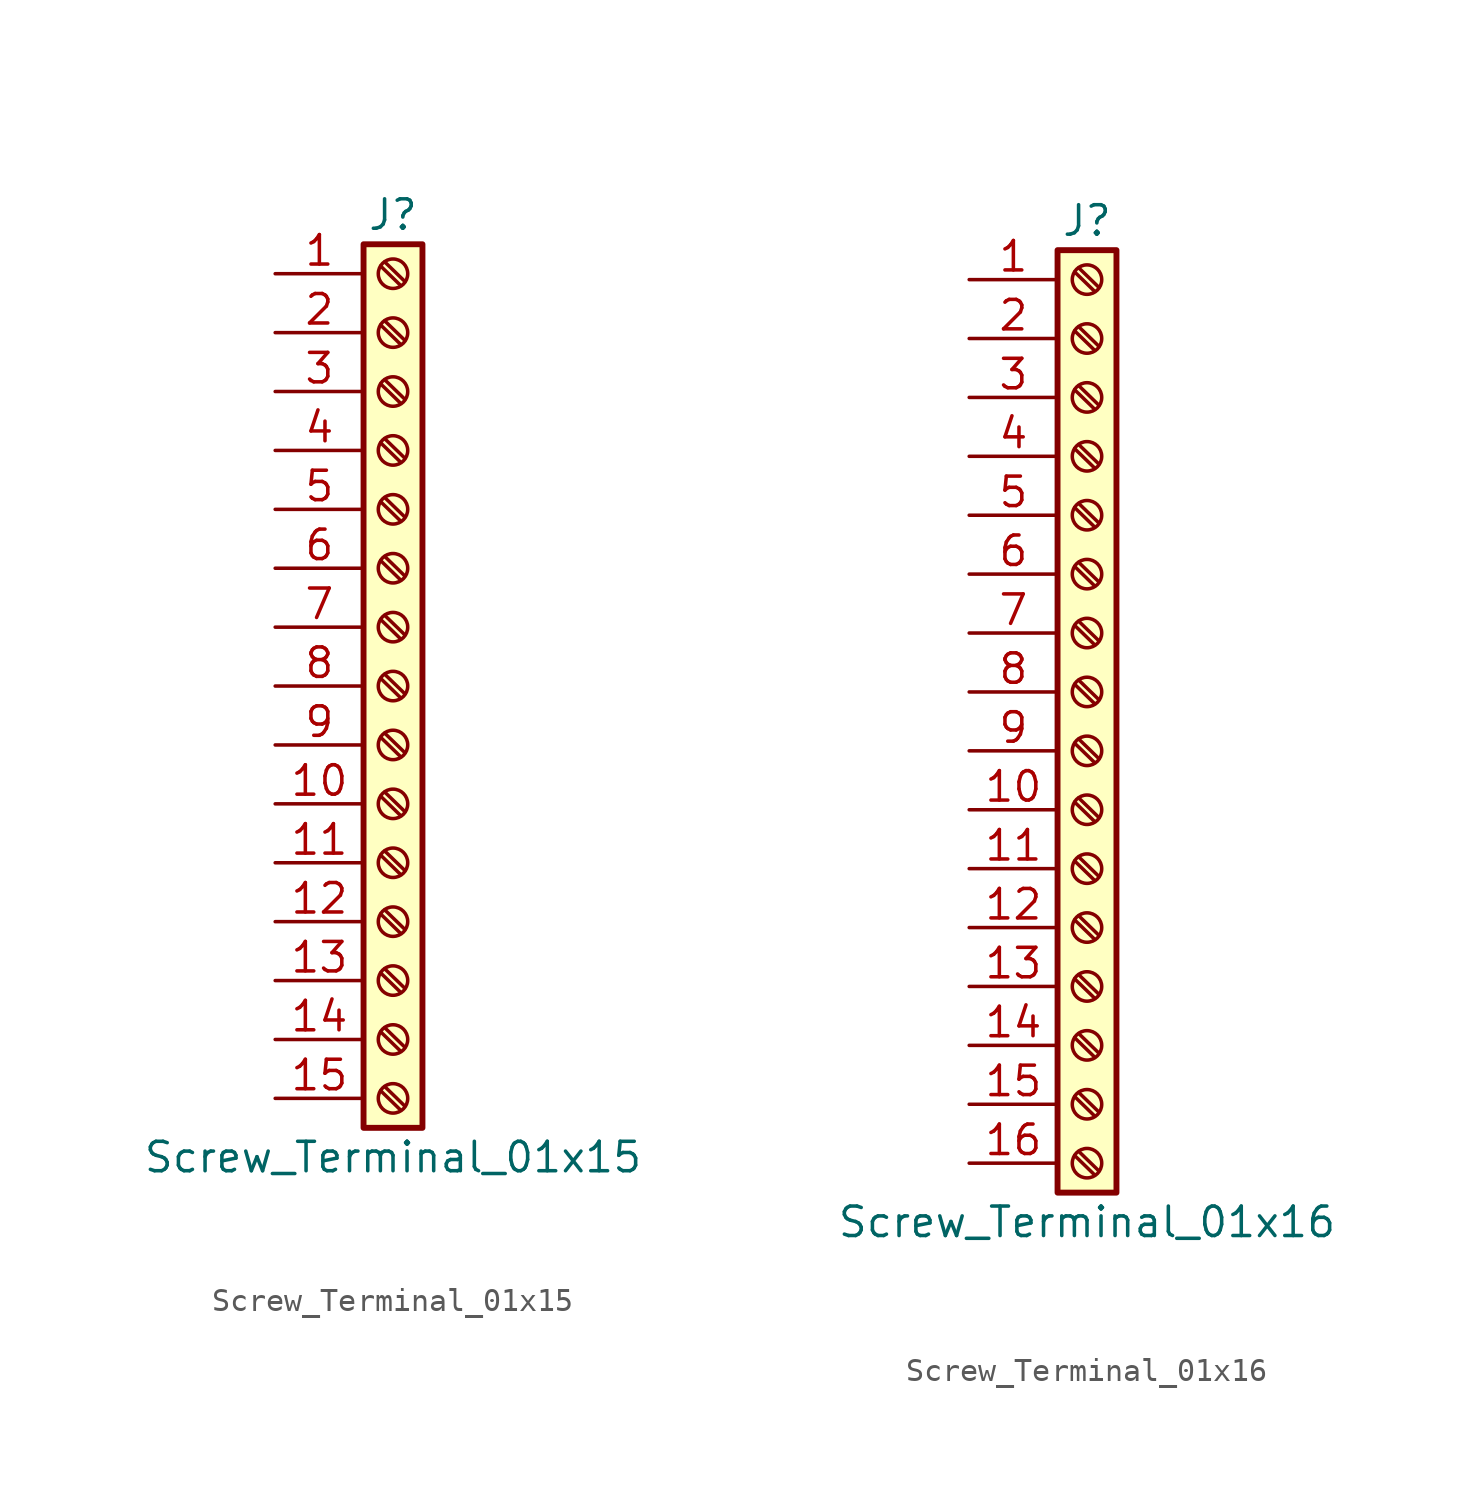
<source format=kicad_sym>
(kicad_symbol_lib
  (version 20201005)
  (generator kicad_symbol_editor)
  (symbol "Connector:Screw_Terminal_01x15"
    (pin_names
      (offset 1.016) hide)
    (property "Reference" "J"
      (at 0 20.32 0)
      (effects (font (size 1.27 1.27))))
    (property "Value" "Screw_Terminal_01x15"
      (at 0 -20.32 0)
      (effects (font (size 1.27 1.27))))
    (symbol "Screw_Terminal_01x15_1_1"
      (circle (center 0 -17.78) (radius 0.635) (stroke (width 0.152)) (fill (type none)))
      (circle (center 0 -15.24) (radius 0.635) (stroke (width 0.152)) (fill (type none)))
      (circle (center 0 -12.7) (radius 0.635) (stroke (width 0.152)) (fill (type none)))
      (circle (center 0 -10.16) (radius 0.635) (stroke (width 0.152)) (fill (type none)))
      (circle (center 0 -7.62) (radius 0.635) (stroke (width 0.152)) (fill (type none)))
      (circle (center 0 -5.08) (radius 0.635) (stroke (width 0.152)) (fill (type none)))
      (circle (center 0 -2.54) (radius 0.635) (stroke (width 0.152)) (fill (type none)))
      (circle (center 0 0) (radius 0.635) (stroke (width 0.152)) (fill (type none)))
      (circle (center 0 2.54) (radius 0.635) (stroke (width 0.152)) (fill (type none)))
      (circle (center 0 5.08) (radius 0.635) (stroke (width 0.152)) (fill (type none)))
      (circle (center 0 7.62) (radius 0.635) (stroke (width 0.152)) (fill (type none)))
      (circle (center 0 10.16) (radius 0.635) (stroke (width 0.152)) (fill (type none)))
      (circle (center 0 12.7) (radius 0.635) (stroke (width 0.152)) (fill (type none)))
      (circle (center 0 15.24) (radius 0.635) (stroke (width 0.152)) (fill (type none)))
      (circle (center 0 17.78) (radius 0.635) (stroke (width 0.152)) (fill (type none)))
      (rectangle (start -1.27 19.05) (end 1.27 -19.05) (stroke (width 0.254)) (fill (type background)))
      (polyline (pts (xy -0.533 -17.45) (xy 0.33 -18.288)) (stroke (width 0.152)) (fill (type none)))
      (polyline (pts (xy -0.533 -14.91) (xy 0.33 -15.748)) (stroke (width 0.152)) (fill (type none)))
      (polyline (pts (xy -0.533 -12.37) (xy 0.33 -13.208)) (stroke (width 0.152)) (fill (type none)))
      (polyline (pts (xy -0.533 -9.83) (xy 0.33 -10.668)) (stroke (width 0.152)) (fill (type none)))
      (polyline (pts (xy -0.533 -7.29) (xy 0.33 -8.128)) (stroke (width 0.152)) (fill (type none)))
      (polyline (pts (xy -0.533 -4.75) (xy 0.33 -5.588)) (stroke (width 0.152)) (fill (type none)))
      (polyline (pts (xy -0.533 -2.21) (xy 0.33 -3.048)) (stroke (width 0.152)) (fill (type none)))
      (polyline (pts (xy -0.533 0.33) (xy 0.33 -0.508)) (stroke (width 0.152)) (fill (type none)))
      (polyline (pts (xy -0.533 2.87) (xy 0.33 2.032)) (stroke (width 0.152)) (fill (type none)))
      (polyline (pts (xy -0.533 5.41) (xy 0.33 4.572)) (stroke (width 0.152)) (fill (type none)))
      (polyline (pts (xy -0.533 7.95) (xy 0.33 7.112)) (stroke (width 0.152)) (fill (type none)))
      (polyline (pts (xy -0.533 10.49) (xy 0.33 9.652)) (stroke (width 0.152)) (fill (type none)))
      (polyline (pts (xy -0.533 13.03) (xy 0.33 12.192)) (stroke (width 0.152)) (fill (type none)))
      (polyline (pts (xy -0.533 15.57) (xy 0.33 14.732)) (stroke (width 0.152)) (fill (type none)))
      (polyline (pts (xy -0.533 18.11) (xy 0.33 17.272)) (stroke (width 0.152)) (fill (type none)))
      (polyline (pts (xy -0.356 -17.272) (xy 0.508 -18.11)) (stroke (width 0.152)) (fill (type none)))
      (polyline (pts (xy -0.356 -14.732) (xy 0.508 -15.57)) (stroke (width 0.152)) (fill (type none)))
      (polyline (pts (xy -0.356 -12.192) (xy 0.508 -13.03)) (stroke (width 0.152)) (fill (type none)))
      (polyline (pts (xy -0.356 -9.652) (xy 0.508 -10.49)) (stroke (width 0.152)) (fill (type none)))
      (polyline (pts (xy -0.356 -7.112) (xy 0.508 -7.95)) (stroke (width 0.152)) (fill (type none)))
      (polyline (pts (xy -0.356 -4.572) (xy 0.508 -5.41)) (stroke (width 0.152)) (fill (type none)))
      (polyline (pts (xy -0.356 -2.032) (xy 0.508 -2.87)) (stroke (width 0.152)) (fill (type none)))
      (polyline (pts (xy -0.356 0.508) (xy 0.508 -0.33)) (stroke (width 0.152)) (fill (type none)))
      (polyline (pts (xy -0.356 3.048) (xy 0.508 2.21)) (stroke (width 0.152)) (fill (type none)))
      (polyline (pts (xy -0.356 5.588) (xy 0.508 4.75)) (stroke (width 0.152)) (fill (type none)))
      (polyline (pts (xy -0.356 8.128) (xy 0.508 7.29)) (stroke (width 0.152)) (fill (type none)))
      (polyline (pts (xy -0.356 10.668) (xy 0.508 9.83)) (stroke (width 0.152)) (fill (type none)))
      (polyline (pts (xy -0.356 13.208) (xy 0.508 12.37)) (stroke (width 0.152)) (fill (type none)))
      (polyline (pts (xy -0.356 15.748) (xy 0.508 14.91)) (stroke (width 0.152)) (fill (type none)))
      (polyline (pts (xy -0.356 18.288) (xy 0.508 17.45)) (stroke (width 0.152)) (fill (type none)))
      (pin passive line (at -5.08 17.78 0) (length 3.81) (name "Pin_1" (effects (font (size 1.27 1.27)))) (number "1" (effects (font (size 1.27 1.27)))))
      (pin passive line (at -5.08 -5.08 0) (length 3.81) (name "Pin_10" (effects (font (size 1.27 1.27)))) (number "10" (effects (font (size 1.27 1.27)))))
      (pin passive line (at -5.08 -7.62 0) (length 3.81) (name "Pin_11" (effects (font (size 1.27 1.27)))) (number "11" (effects (font (size 1.27 1.27)))))
      (pin passive line (at -5.08 -10.16 0) (length 3.81) (name "Pin_12" (effects (font (size 1.27 1.27)))) (number "12" (effects (font (size 1.27 1.27)))))
      (pin passive line (at -5.08 -12.7 0) (length 3.81) (name "Pin_13" (effects (font (size 1.27 1.27)))) (number "13" (effects (font (size 1.27 1.27)))))
      (pin passive line (at -5.08 -15.24 0) (length 3.81) (name "Pin_14" (effects (font (size 1.27 1.27)))) (number "14" (effects (font (size 1.27 1.27)))))
      (pin passive line (at -5.08 -17.78 0) (length 3.81) (name "Pin_15" (effects (font (size 1.27 1.27)))) (number "15" (effects (font (size 1.27 1.27)))))
      (pin passive line (at -5.08 15.24 0) (length 3.81) (name "Pin_2" (effects (font (size 1.27 1.27)))) (number "2" (effects (font (size 1.27 1.27)))))
      (pin passive line (at -5.08 12.7 0) (length 3.81) (name "Pin_3" (effects (font (size 1.27 1.27)))) (number "3" (effects (font (size 1.27 1.27)))))
      (pin passive line (at -5.08 10.16 0) (length 3.81) (name "Pin_4" (effects (font (size 1.27 1.27)))) (number "4" (effects (font (size 1.27 1.27)))))
      (pin passive line (at -5.08 7.62 0) (length 3.81) (name "Pin_5" (effects (font (size 1.27 1.27)))) (number "5" (effects (font (size 1.27 1.27)))))
      (pin passive line (at -5.08 5.08 0) (length 3.81) (name "Pin_6" (effects (font (size 1.27 1.27)))) (number "6" (effects (font (size 1.27 1.27)))))
      (pin passive line (at -5.08 2.54 0) (length 3.81) (name "Pin_7" (effects (font (size 1.27 1.27)))) (number "7" (effects (font (size 1.27 1.27)))))
      (pin passive line (at -5.08 0 0) (length 3.81) (name "Pin_8" (effects (font (size 1.27 1.27)))) (number "8" (effects (font (size 1.27 1.27)))))
      (pin passive line (at -5.08 -2.54 0) (length 3.81) (name "Pin_9" (effects (font (size 1.27 1.27)))) (number "9" (effects (font (size 1.27 1.27)))))))
  (symbol "Connector:Screw_Terminal_01x16"
    (pin_names
      (offset 1.016) hide)
    (property "Reference" "J"
      (at 0 20.32 0)
      (effects (font (size 1.27 1.27))))
    (property "Value" "Screw_Terminal_01x16"
      (at 0 -22.86 0)
      (effects (font (size 1.27 1.27))))
    (symbol "Screw_Terminal_01x16_1_1"
      (circle (center 0 -20.32) (radius 0.635) (stroke (width 0.152)) (fill (type none)))
      (circle (center 0 -17.78) (radius 0.635) (stroke (width 0.152)) (fill (type none)))
      (circle (center 0 -15.24) (radius 0.635) (stroke (width 0.152)) (fill (type none)))
      (circle (center 0 -12.7) (radius 0.635) (stroke (width 0.152)) (fill (type none)))
      (circle (center 0 -10.16) (radius 0.635) (stroke (width 0.152)) (fill (type none)))
      (circle (center 0 -7.62) (radius 0.635) (stroke (width 0.152)) (fill (type none)))
      (circle (center 0 -5.08) (radius 0.635) (stroke (width 0.152)) (fill (type none)))
      (circle (center 0 -2.54) (radius 0.635) (stroke (width 0.152)) (fill (type none)))
      (circle (center 0 0) (radius 0.635) (stroke (width 0.152)) (fill (type none)))
      (circle (center 0 2.54) (radius 0.635) (stroke (width 0.152)) (fill (type none)))
      (circle (center 0 5.08) (radius 0.635) (stroke (width 0.152)) (fill (type none)))
      (circle (center 0 7.62) (radius 0.635) (stroke (width 0.152)) (fill (type none)))
      (circle (center 0 10.16) (radius 0.635) (stroke (width 0.152)) (fill (type none)))
      (circle (center 0 12.7) (radius 0.635) (stroke (width 0.152)) (fill (type none)))
      (circle (center 0 15.24) (radius 0.635) (stroke (width 0.152)) (fill (type none)))
      (circle (center 0 17.78) (radius 0.635) (stroke (width 0.152)) (fill (type none)))
      (rectangle (start -1.27 19.05) (end 1.27 -21.59) (stroke (width 0.254)) (fill (type background)))
      (polyline (pts (xy -0.533 -19.99) (xy 0.33 -20.828)) (stroke (width 0.152)) (fill (type none)))
      (polyline (pts (xy -0.533 -17.45) (xy 0.33 -18.288)) (stroke (width 0.152)) (fill (type none)))
      (polyline (pts (xy -0.533 -14.91) (xy 0.33 -15.748)) (stroke (width 0.152)) (fill (type none)))
      (polyline (pts (xy -0.533 -12.37) (xy 0.33 -13.208)) (stroke (width 0.152)) (fill (type none)))
      (polyline (pts (xy -0.533 -9.83) (xy 0.33 -10.668)) (stroke (width 0.152)) (fill (type none)))
      (polyline (pts (xy -0.533 -7.29) (xy 0.33 -8.128)) (stroke (width 0.152)) (fill (type none)))
      (polyline (pts (xy -0.533 -4.75) (xy 0.33 -5.588)) (stroke (width 0.152)) (fill (type none)))
      (polyline (pts (xy -0.533 -2.21) (xy 0.33 -3.048)) (stroke (width 0.152)) (fill (type none)))
      (polyline (pts (xy -0.533 0.33) (xy 0.33 -0.508)) (stroke (width 0.152)) (fill (type none)))
      (polyline (pts (xy -0.533 2.87) (xy 0.33 2.032)) (stroke (width 0.152)) (fill (type none)))
      (polyline (pts (xy -0.533 5.41) (xy 0.33 4.572)) (stroke (width 0.152)) (fill (type none)))
      (polyline (pts (xy -0.533 7.95) (xy 0.33 7.112)) (stroke (width 0.152)) (fill (type none)))
      (polyline (pts (xy -0.533 10.49) (xy 0.33 9.652)) (stroke (width 0.152)) (fill (type none)))
      (polyline (pts (xy -0.533 13.03) (xy 0.33 12.192)) (stroke (width 0.152)) (fill (type none)))
      (polyline (pts (xy -0.533 15.57) (xy 0.33 14.732)) (stroke (width 0.152)) (fill (type none)))
      (polyline (pts (xy -0.533 18.11) (xy 0.33 17.272)) (stroke (width 0.152)) (fill (type none)))
      (polyline (pts (xy -0.356 -19.812) (xy 0.508 -20.65)) (stroke (width 0.152)) (fill (type none)))
      (polyline (pts (xy -0.356 -17.272) (xy 0.508 -18.11)) (stroke (width 0.152)) (fill (type none)))
      (polyline (pts (xy -0.356 -14.732) (xy 0.508 -15.57)) (stroke (width 0.152)) (fill (type none)))
      (polyline (pts (xy -0.356 -12.192) (xy 0.508 -13.03)) (stroke (width 0.152)) (fill (type none)))
      (polyline (pts (xy -0.356 -9.652) (xy 0.508 -10.49)) (stroke (width 0.152)) (fill (type none)))
      (polyline (pts (xy -0.356 -7.112) (xy 0.508 -7.95)) (stroke (width 0.152)) (fill (type none)))
      (polyline (pts (xy -0.356 -4.572) (xy 0.508 -5.41)) (stroke (width 0.152)) (fill (type none)))
      (polyline (pts (xy -0.356 -2.032) (xy 0.508 -2.87)) (stroke (width 0.152)) (fill (type none)))
      (polyline (pts (xy -0.356 0.508) (xy 0.508 -0.33)) (stroke (width 0.152)) (fill (type none)))
      (polyline (pts (xy -0.356 3.048) (xy 0.508 2.21)) (stroke (width 0.152)) (fill (type none)))
      (polyline (pts (xy -0.356 5.588) (xy 0.508 4.75)) (stroke (width 0.152)) (fill (type none)))
      (polyline (pts (xy -0.356 8.128) (xy 0.508 7.29)) (stroke (width 0.152)) (fill (type none)))
      (polyline (pts (xy -0.356 10.668) (xy 0.508 9.83)) (stroke (width 0.152)) (fill (type none)))
      (polyline (pts (xy -0.356 13.208) (xy 0.508 12.37)) (stroke (width 0.152)) (fill (type none)))
      (polyline (pts (xy -0.356 15.748) (xy 0.508 14.91)) (stroke (width 0.152)) (fill (type none)))
      (polyline (pts (xy -0.356 18.288) (xy 0.508 17.45)) (stroke (width 0.152)) (fill (type none)))
      (pin passive line (at -5.08 17.78 0) (length 3.81) (name "Pin_1" (effects (font (size 1.27 1.27)))) (number "1" (effects (font (size 1.27 1.27)))))
      (pin passive line (at -5.08 -5.08 0) (length 3.81) (name "Pin_10" (effects (font (size 1.27 1.27)))) (number "10" (effects (font (size 1.27 1.27)))))
      (pin passive line (at -5.08 -7.62 0) (length 3.81) (name "Pin_11" (effects (font (size 1.27 1.27)))) (number "11" (effects (font (size 1.27 1.27)))))
      (pin passive line (at -5.08 -10.16 0) (length 3.81) (name "Pin_12" (effects (font (size 1.27 1.27)))) (number "12" (effects (font (size 1.27 1.27)))))
      (pin passive line (at -5.08 -12.7 0) (length 3.81) (name "Pin_13" (effects (font (size 1.27 1.27)))) (number "13" (effects (font (size 1.27 1.27)))))
      (pin passive line (at -5.08 -15.24 0) (length 3.81) (name "Pin_14" (effects (font (size 1.27 1.27)))) (number "14" (effects (font (size 1.27 1.27)))))
      (pin passive line (at -5.08 -17.78 0) (length 3.81) (name "Pin_15" (effects (font (size 1.27 1.27)))) (number "15" (effects (font (size 1.27 1.27)))))
      (pin passive line (at -5.08 -20.32 0) (length 3.81) (name "Pin_16" (effects (font (size 1.27 1.27)))) (number "16" (effects (font (size 1.27 1.27)))))
      (pin passive line (at -5.08 15.24 0) (length 3.81) (name "Pin_2" (effects (font (size 1.27 1.27)))) (number "2" (effects (font (size 1.27 1.27)))))
      (pin passive line (at -5.08 12.7 0) (length 3.81) (name "Pin_3" (effects (font (size 1.27 1.27)))) (number "3" (effects (font (size 1.27 1.27)))))
      (pin passive line (at -5.08 10.16 0) (length 3.81) (name "Pin_4" (effects (font (size 1.27 1.27)))) (number "4" (effects (font (size 1.27 1.27)))))
      (pin passive line (at -5.08 7.62 0) (length 3.81) (name "Pin_5" (effects (font (size 1.27 1.27)))) (number "5" (effects (font (size 1.27 1.27)))))
      (pin passive line (at -5.08 5.08 0) (length 3.81) (name "Pin_6" (effects (font (size 1.27 1.27)))) (number "6" (effects (font (size 1.27 1.27)))))
      (pin passive line (at -5.08 2.54 0) (length 3.81) (name "Pin_7" (effects (font (size 1.27 1.27)))) (number "7" (effects (font (size 1.27 1.27)))))
      (pin passive line (at -5.08 0 0) (length 3.81) (name "Pin_8" (effects (font (size 1.27 1.27)))) (number "8" (effects (font (size 1.27 1.27)))))
      (pin passive line (at -5.08 -2.54 0) (length 3.81) (name "Pin_9" (effects (font (size 1.27 1.27)))) (number "9" (effects (font (size 1.27 1.27))))))))
</source>
